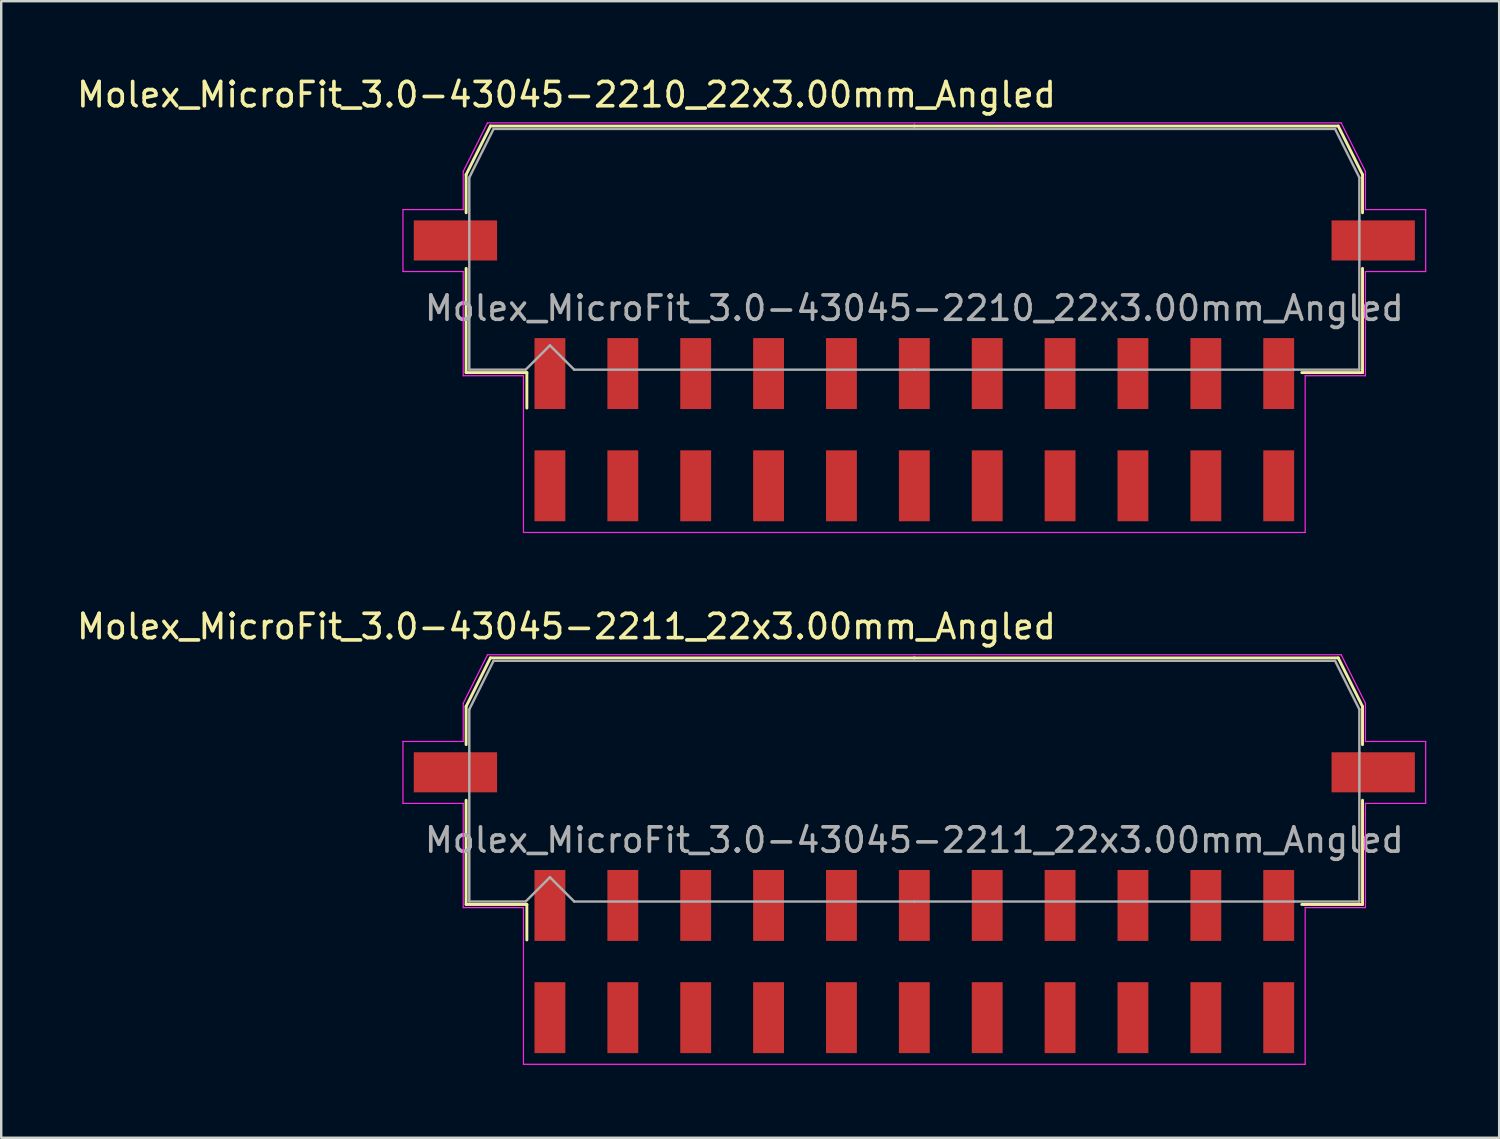
<source format=kicad_pcb>
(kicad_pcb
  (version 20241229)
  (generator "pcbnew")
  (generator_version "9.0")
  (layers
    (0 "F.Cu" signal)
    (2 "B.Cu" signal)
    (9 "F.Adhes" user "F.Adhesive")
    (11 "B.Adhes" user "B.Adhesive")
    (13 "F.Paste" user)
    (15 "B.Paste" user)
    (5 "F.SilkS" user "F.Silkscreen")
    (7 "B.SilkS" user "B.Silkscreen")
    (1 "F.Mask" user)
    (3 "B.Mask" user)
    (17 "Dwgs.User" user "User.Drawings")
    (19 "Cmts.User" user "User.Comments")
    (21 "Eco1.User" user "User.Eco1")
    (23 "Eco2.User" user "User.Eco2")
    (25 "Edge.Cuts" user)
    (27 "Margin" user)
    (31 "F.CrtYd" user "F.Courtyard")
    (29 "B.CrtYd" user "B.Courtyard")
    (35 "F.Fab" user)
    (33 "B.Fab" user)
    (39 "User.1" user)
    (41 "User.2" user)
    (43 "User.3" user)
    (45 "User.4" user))
  (footprint "Molex_MicroFit_3.0-43045-2211_22x3.00mm_Angled"
    (layer "F.Cu")
    (at 34.588 36.532)
    (property "Reference" "Molex_MicroFit_3.0-43045-2211_22x3.00mm_Angled" (at -14.32 -13.79 0) (layer "F.SilkS") (effects (font (size 1 1) (thickness 0.15))))
    (attr smd)
    (fp_line (start -18.45 -10.5) (end -18.45 -8.93) (stroke (width 0.12) (type solid)) (layer "F.SilkS"))
    (fp_line (start -18.45 -6.64) (end -18.45 -2.35) (stroke (width 0.12) (type solid)) (layer "F.SilkS"))
    (fp_line (start -18.45 -2.35) (end -15.95 -2.35) (stroke (width 0.12) (type solid)) (layer "F.SilkS"))
    (fp_line (start -17.45 -12.5) (end -18.45 -10.5) (stroke (width 0.12) (type solid)) (layer "F.SilkS"))
    (fp_line (start -15.95 -2.35) (end -15.95 -0.89) (stroke (width 0.12) (type solid)) (layer "F.SilkS"))
    (fp_line (start 0 -12.5) (end -17.45 -12.5) (stroke (width 0.12) (type solid)) (layer "F.SilkS"))
    (fp_line (start 0 -12.5) (end 17.45 -12.5) (stroke (width 0.12) (type solid)) (layer "F.SilkS"))
    (fp_line (start 17.45 -12.5) (end 18.45 -10.5) (stroke (width 0.12) (type solid)) (layer "F.SilkS"))
    (fp_line (start 18.45 -10.5) (end 18.45 -8.93) (stroke (width 0.12) (type solid)) (layer "F.SilkS"))
    (fp_line (start 18.45 -6.64) (end 18.45 -2.35) (stroke (width 0.12) (type solid)) (layer "F.SilkS"))
    (fp_line (start 18.45 -2.35) (end 15.95 -2.35) (stroke (width 0.12) (type solid)) (layer "F.SilkS"))
    (fp_line (start -21.05 -9.06) (end -21.05 -6.51) (stroke (width 0.05) (type solid)) (layer "F.CrtYd"))
    (fp_line (start -21.05 -6.51) (end -18.57 -6.51) (stroke (width 0.05) (type solid)) (layer "F.CrtYd"))
    (fp_line (start -18.57 -10.63) (end -18.57 -9.06) (stroke (width 0.05) (type solid)) (layer "F.CrtYd"))
    (fp_line (start -18.57 -9.06) (end -21.05 -9.06) (stroke (width 0.05) (type solid)) (layer "F.CrtYd"))
    (fp_line (start -18.57 -6.51) (end -18.57 -2.22) (stroke (width 0.05) (type solid)) (layer "F.CrtYd"))
    (fp_line (start -18.57 -2.22) (end -16.09 -2.22) (stroke (width 0.05) (type solid)) (layer "F.CrtYd"))
    (fp_line (start -17.57 -12.63) (end -18.57 -10.63) (stroke (width 0.05) (type solid)) (layer "F.CrtYd"))
    (fp_line (start -16.09 -2.22) (end -16.09 4.23) (stroke (width 0.05) (type solid)) (layer "F.CrtYd"))
    (fp_line (start -16.09 4.23) (end 0 4.23) (stroke (width 0.05) (type solid)) (layer "F.CrtYd"))
    (fp_line (start 0 -12.63) (end -17.57 -12.63) (stroke (width 0.05) (type solid)) (layer "F.CrtYd"))
    (fp_line (start 0 -12.63) (end 17.57 -12.63) (stroke (width 0.05) (type solid)) (layer "F.CrtYd"))
    (fp_line (start 16.09 -2.22) (end 16.09 4.23) (stroke (width 0.05) (type solid)) (layer "F.CrtYd"))
    (fp_line (start 16.09 4.23) (end 0 4.23) (stroke (width 0.05) (type solid)) (layer "F.CrtYd"))
    (fp_line (start 17.57 -12.63) (end 18.57 -10.63) (stroke (width 0.05) (type solid)) (layer "F.CrtYd"))
    (fp_line (start 18.57 -10.63) (end 18.57 -9.06) (stroke (width 0.05) (type solid)) (layer "F.CrtYd"))
    (fp_line (start 18.57 -9.06) (end 21.05 -9.06) (stroke (width 0.05) (type solid)) (layer "F.CrtYd"))
    (fp_line (start 18.57 -6.51) (end 18.57 -2.22) (stroke (width 0.05) (type solid)) (layer "F.CrtYd"))
    (fp_line (start 18.57 -2.22) (end 16.09 -2.22) (stroke (width 0.05) (type solid)) (layer "F.CrtYd"))
    (fp_line (start 21.05 -9.06) (end 21.05 -6.51) (stroke (width 0.05) (type solid)) (layer "F.CrtYd"))
    (fp_line (start 21.05 -6.51) (end 18.57 -6.51) (stroke (width 0.05) (type solid)) (layer "F.CrtYd"))
    (fp_line (start -18.32 -10.38) (end -18.32 -8.61) (stroke (width 0.1) (type solid)) (layer "F.Fab"))
    (fp_line (start -18.32 -8.61) (end -18.32 -2.47) (stroke (width 0.1) (type solid)) (layer "F.Fab"))
    (fp_line (start -18.32 -2.47) (end -16 -2.47) (stroke (width 0.1) (type solid)) (layer "F.Fab"))
    (fp_line (start -17.32 -12.38) (end -18.32 -10.38) (stroke (width 0.1) (type solid)) (layer "F.Fab"))
    (fp_line (start -16 -2.47) (end -15 -3.47) (stroke (width 0.1) (type solid)) (layer "F.Fab"))
    (fp_line (start -15 -3.47) (end -14 -2.47) (stroke (width 0.1) (type solid)) (layer "F.Fab"))
    (fp_line (start -14 -2.47) (end 0 -2.47) (stroke (width 0.1) (type solid)) (layer "F.Fab"))
    (fp_line (start 0 -12.38) (end -17.32 -12.38) (stroke (width 0.1) (type solid)) (layer "F.Fab"))
    (fp_line (start 0 -12.38) (end 17.32 -12.38) (stroke (width 0.1) (type solid)) (layer "F.Fab"))
    (fp_line (start 15.63 -2.47) (end 0 -2.47) (stroke (width 0.1) (type solid)) (layer "F.Fab"))
    (fp_line (start 17.32 -12.38) (end 18.32 -10.38) (stroke (width 0.1) (type solid)) (layer "F.Fab"))
    (fp_line (start 18.32 -10.38) (end 18.32 -8.61) (stroke (width 0.1) (type solid)) (layer "F.Fab"))
    (fp_line (start 18.32 -8.61) (end 18.32 -2.47) (stroke (width 0.1) (type solid)) (layer "F.Fab"))
    (fp_line (start 18.32 -2.47) (end 15.63 -2.47) (stroke (width 0.1) (type solid)) (layer "F.Fab"))
    (fp_text user "${REFERENCE}" (at 0 -5 0) (layer "F.Fab") (effects (font (size 1 1) (thickness 0.15))))
    (pad "" smd rect (at -18.89 -7.79) (size 3.43 1.65) (layers "F.Cu" "F.Mask" "F.Paste"))
    (pad "" smd rect (at 18.89 -7.79) (size 3.43 1.65) (layers "F.Cu" "F.Mask" "F.Paste"))
    (pad "1" smd rect (at -15 -2.31) (size 1.27 2.92) (layers "F.Cu" "F.Mask" "F.Paste"))
    (pad "2" smd rect (at -12 -2.31) (size 1.27 2.92) (layers "F.Cu" "F.Mask" "F.Paste"))
    (pad "3" smd rect (at -9 -2.31) (size 1.27 2.92) (layers "F.Cu" "F.Mask" "F.Paste"))
    (pad "4" smd rect (at -6 -2.31) (size 1.27 2.92) (layers "F.Cu" "F.Mask" "F.Paste"))
    (pad "5" smd rect (at -3 -2.31) (size 1.27 2.92) (layers "F.Cu" "F.Mask" "F.Paste"))
    (pad "6" smd rect (at 0 -2.31) (size 1.27 2.92) (layers "F.Cu" "F.Mask" "F.Paste"))
    (pad "7" smd rect (at 3 -2.31) (size 1.27 2.92) (layers "F.Cu" "F.Mask" "F.Paste"))
    (pad "8" smd rect (at 6 -2.31) (size 1.27 2.92) (layers "F.Cu" "F.Mask" "F.Paste"))
    (pad "9" smd rect (at 9 -2.31) (size 1.27 2.92) (layers "F.Cu" "F.Mask" "F.Paste"))
    (pad "10" smd rect (at 12 -2.31) (size 1.27 2.92) (layers "F.Cu" "F.Mask" "F.Paste"))
    (pad "11" smd rect (at 15 -2.31) (size 1.27 2.92) (layers "F.Cu" "F.Mask" "F.Paste"))
    (pad "12" smd rect (at 15 2.31) (size 1.27 2.92) (layers "F.Cu" "F.Mask" "F.Paste"))
    (pad "13" smd rect (at 12 2.31) (size 1.27 2.92) (layers "F.Cu" "F.Mask" "F.Paste"))
    (pad "14" smd rect (at 9 2.31) (size 1.27 2.92) (layers "F.Cu" "F.Mask" "F.Paste"))
    (pad "15" smd rect (at 6 2.31) (size 1.27 2.92) (layers "F.Cu" "F.Mask" "F.Paste"))
    (pad "16" smd rect (at 3 2.31) (size 1.27 2.92) (layers "F.Cu" "F.Mask" "F.Paste"))
    (pad "17" smd rect (at 0 2.31) (size 1.27 2.92) (layers "F.Cu" "F.Mask" "F.Paste"))
    (pad "18" smd rect (at -3 2.31) (size 1.27 2.92) (layers "F.Cu" "F.Mask" "F.Paste"))
    (pad "19" smd rect (at -6 2.31) (size 1.27 2.92) (layers "F.Cu" "F.Mask" "F.Paste"))
    (pad "20" smd rect (at -9 2.31) (size 1.27 2.92) (layers "F.Cu" "F.Mask" "F.Paste"))
    (pad "21" smd rect (at -12 2.31) (size 1.27 2.92) (layers "F.Cu" "F.Mask" "F.Paste"))
    (pad "22" smd rect (at -15 2.31) (size 1.27 2.92) (layers "F.Cu" "F.Mask" "F.Paste")))
  (footprint "Molex_MicroFit_3.0-43045-2210_22x3.00mm_Angled"
    (layer "F.Cu")
    (at 34.588 14.638)
    (property "Reference" "Molex_MicroFit_3.0-43045-2210_22x3.00mm_Angled" (at -14.32 -13.79 0) (layer "F.SilkS") (effects (font (size 1 1) (thickness 0.15))))
    (attr smd)
    (fp_line (start -18.45 -10.5) (end -18.45 -8.93) (stroke (width 0.12) (type solid)) (layer "F.SilkS"))
    (fp_line (start -18.45 -6.64) (end -18.45 -2.35) (stroke (width 0.12) (type solid)) (layer "F.SilkS"))
    (fp_line (start -18.45 -2.35) (end -15.95 -2.35) (stroke (width 0.12) (type solid)) (layer "F.SilkS"))
    (fp_line (start -17.45 -12.5) (end -18.45 -10.5) (stroke (width 0.12) (type solid)) (layer "F.SilkS"))
    (fp_line (start -15.95 -2.35) (end -15.95 -0.89) (stroke (width 0.12) (type solid)) (layer "F.SilkS"))
    (fp_line (start 0 -12.5) (end -17.45 -12.5) (stroke (width 0.12) (type solid)) (layer "F.SilkS"))
    (fp_line (start 0 -12.5) (end 17.45 -12.5) (stroke (width 0.12) (type solid)) (layer "F.SilkS"))
    (fp_line (start 17.45 -12.5) (end 18.45 -10.5) (stroke (width 0.12) (type solid)) (layer "F.SilkS"))
    (fp_line (start 18.45 -10.5) (end 18.45 -8.93) (stroke (width 0.12) (type solid)) (layer "F.SilkS"))
    (fp_line (start 18.45 -6.64) (end 18.45 -2.35) (stroke (width 0.12) (type solid)) (layer "F.SilkS"))
    (fp_line (start 18.45 -2.35) (end 15.95 -2.35) (stroke (width 0.12) (type solid)) (layer "F.SilkS"))
    (fp_line (start -21.05 -9.06) (end -21.05 -6.51) (stroke (width 0.05) (type solid)) (layer "F.CrtYd"))
    (fp_line (start -21.05 -6.51) (end -18.57 -6.51) (stroke (width 0.05) (type solid)) (layer "F.CrtYd"))
    (fp_line (start -18.57 -10.63) (end -18.57 -9.06) (stroke (width 0.05) (type solid)) (layer "F.CrtYd"))
    (fp_line (start -18.57 -9.06) (end -21.05 -9.06) (stroke (width 0.05) (type solid)) (layer "F.CrtYd"))
    (fp_line (start -18.57 -6.51) (end -18.57 -2.22) (stroke (width 0.05) (type solid)) (layer "F.CrtYd"))
    (fp_line (start -18.57 -2.22) (end -16.09 -2.22) (stroke (width 0.05) (type solid)) (layer "F.CrtYd"))
    (fp_line (start -17.57 -12.63) (end -18.57 -10.63) (stroke (width 0.05) (type solid)) (layer "F.CrtYd"))
    (fp_line (start -16.09 -2.22) (end -16.09 4.23) (stroke (width 0.05) (type solid)) (layer "F.CrtYd"))
    (fp_line (start -16.09 4.23) (end 0 4.23) (stroke (width 0.05) (type solid)) (layer "F.CrtYd"))
    (fp_line (start 0 -12.63) (end -17.57 -12.63) (stroke (width 0.05) (type solid)) (layer "F.CrtYd"))
    (fp_line (start 0 -12.63) (end 17.57 -12.63) (stroke (width 0.05) (type solid)) (layer "F.CrtYd"))
    (fp_line (start 16.09 -2.22) (end 16.09 4.23) (stroke (width 0.05) (type solid)) (layer "F.CrtYd"))
    (fp_line (start 16.09 4.23) (end 0 4.23) (stroke (width 0.05) (type solid)) (layer "F.CrtYd"))
    (fp_line (start 17.57 -12.63) (end 18.57 -10.63) (stroke (width 0.05) (type solid)) (layer "F.CrtYd"))
    (fp_line (start 18.57 -10.63) (end 18.57 -9.06) (stroke (width 0.05) (type solid)) (layer "F.CrtYd"))
    (fp_line (start 18.57 -9.06) (end 21.05 -9.06) (stroke (width 0.05) (type solid)) (layer "F.CrtYd"))
    (fp_line (start 18.57 -6.51) (end 18.57 -2.22) (stroke (width 0.05) (type solid)) (layer "F.CrtYd"))
    (fp_line (start 18.57 -2.22) (end 16.09 -2.22) (stroke (width 0.05) (type solid)) (layer "F.CrtYd"))
    (fp_line (start 21.05 -9.06) (end 21.05 -6.51) (stroke (width 0.05) (type solid)) (layer "F.CrtYd"))
    (fp_line (start 21.05 -6.51) (end 18.57 -6.51) (stroke (width 0.05) (type solid)) (layer "F.CrtYd"))
    (fp_line (start -18.32 -10.38) (end -18.32 -8.61) (stroke (width 0.1) (type solid)) (layer "F.Fab"))
    (fp_line (start -18.32 -8.61) (end -18.32 -2.47) (stroke (width 0.1) (type solid)) (layer "F.Fab"))
    (fp_line (start -18.32 -2.47) (end -16 -2.47) (stroke (width 0.1) (type solid)) (layer "F.Fab"))
    (fp_line (start -17.32 -12.38) (end -18.32 -10.38) (stroke (width 0.1) (type solid)) (layer "F.Fab"))
    (fp_line (start -16 -2.47) (end -15 -3.47) (stroke (width 0.1) (type solid)) (layer "F.Fab"))
    (fp_line (start -15 -3.47) (end -14 -2.47) (stroke (width 0.1) (type solid)) (layer "F.Fab"))
    (fp_line (start -14 -2.47) (end 0 -2.47) (stroke (width 0.1) (type solid)) (layer "F.Fab"))
    (fp_line (start 0 -12.38) (end -17.32 -12.38) (stroke (width 0.1) (type solid)) (layer "F.Fab"))
    (fp_line (start 0 -12.38) (end 17.32 -12.38) (stroke (width 0.1) (type solid)) (layer "F.Fab"))
    (fp_line (start 15.63 -2.47) (end 0 -2.47) (stroke (width 0.1) (type solid)) (layer "F.Fab"))
    (fp_line (start 17.32 -12.38) (end 18.32 -10.38) (stroke (width 0.1) (type solid)) (layer "F.Fab"))
    (fp_line (start 18.32 -10.38) (end 18.32 -8.61) (stroke (width 0.1) (type solid)) (layer "F.Fab"))
    (fp_line (start 18.32 -8.61) (end 18.32 -2.47) (stroke (width 0.1) (type solid)) (layer "F.Fab"))
    (fp_line (start 18.32 -2.47) (end 15.63 -2.47) (stroke (width 0.1) (type solid)) (layer "F.Fab"))
    (fp_text user "${REFERENCE}" (at 0 -5 0) (layer "F.Fab") (effects (font (size 1 1) (thickness 0.15))))
    (pad "" smd rect (at -18.89 -7.79) (size 3.43 1.65) (layers "F.Cu" "F.Mask" "F.Paste"))
    (pad "" smd rect (at 18.89 -7.79) (size 3.43 1.65) (layers "F.Cu" "F.Mask" "F.Paste"))
    (pad "1" smd rect (at -15 -2.31) (size 1.27 2.92) (layers "F.Cu" "F.Mask" "F.Paste"))
    (pad "2" smd rect (at -12 -2.31) (size 1.27 2.92) (layers "F.Cu" "F.Mask" "F.Paste"))
    (pad "3" smd rect (at -9 -2.31) (size 1.27 2.92) (layers "F.Cu" "F.Mask" "F.Paste"))
    (pad "4" smd rect (at -6 -2.31) (size 1.27 2.92) (layers "F.Cu" "F.Mask" "F.Paste"))
    (pad "5" smd rect (at -3 -2.31) (size 1.27 2.92) (layers "F.Cu" "F.Mask" "F.Paste"))
    (pad "6" smd rect (at 0 -2.31) (size 1.27 2.92) (layers "F.Cu" "F.Mask" "F.Paste"))
    (pad "7" smd rect (at 3 -2.31) (size 1.27 2.92) (layers "F.Cu" "F.Mask" "F.Paste"))
    (pad "8" smd rect (at 6 -2.31) (size 1.27 2.92) (layers "F.Cu" "F.Mask" "F.Paste"))
    (pad "9" smd rect (at 9 -2.31) (size 1.27 2.92) (layers "F.Cu" "F.Mask" "F.Paste"))
    (pad "10" smd rect (at 12 -2.31) (size 1.27 2.92) (layers "F.Cu" "F.Mask" "F.Paste"))
    (pad "11" smd rect (at 15 -2.31) (size 1.27 2.92) (layers "F.Cu" "F.Mask" "F.Paste"))
    (pad "12" smd rect (at 15 2.31) (size 1.27 2.92) (layers "F.Cu" "F.Mask" "F.Paste"))
    (pad "13" smd rect (at 12 2.31) (size 1.27 2.92) (layers "F.Cu" "F.Mask" "F.Paste"))
    (pad "14" smd rect (at 9 2.31) (size 1.27 2.92) (layers "F.Cu" "F.Mask" "F.Paste"))
    (pad "15" smd rect (at 6 2.31) (size 1.27 2.92) (layers "F.Cu" "F.Mask" "F.Paste"))
    (pad "16" smd rect (at 3 2.31) (size 1.27 2.92) (layers "F.Cu" "F.Mask" "F.Paste"))
    (pad "17" smd rect (at 0 2.31) (size 1.27 2.92) (layers "F.Cu" "F.Mask" "F.Paste"))
    (pad "18" smd rect (at -3 2.31) (size 1.27 2.92) (layers "F.Cu" "F.Mask" "F.Paste"))
    (pad "19" smd rect (at -6 2.31) (size 1.27 2.92) (layers "F.Cu" "F.Mask" "F.Paste"))
    (pad "20" smd rect (at -9 2.31) (size 1.27 2.92) (layers "F.Cu" "F.Mask" "F.Paste"))
    (pad "21" smd rect (at -12 2.31) (size 1.27 2.92) (layers "F.Cu" "F.Mask" "F.Paste"))
    (pad "22" smd rect (at -15 2.31) (size 1.27 2.92) (layers "F.Cu" "F.Mask" "F.Paste")))
  (gr_rect
    (start -3 -3)
    (end 58.663 43.786)
    (stroke (width 0.1) (type default))
    (fill no)
    (layer "Edge.Cuts")))
</source>
